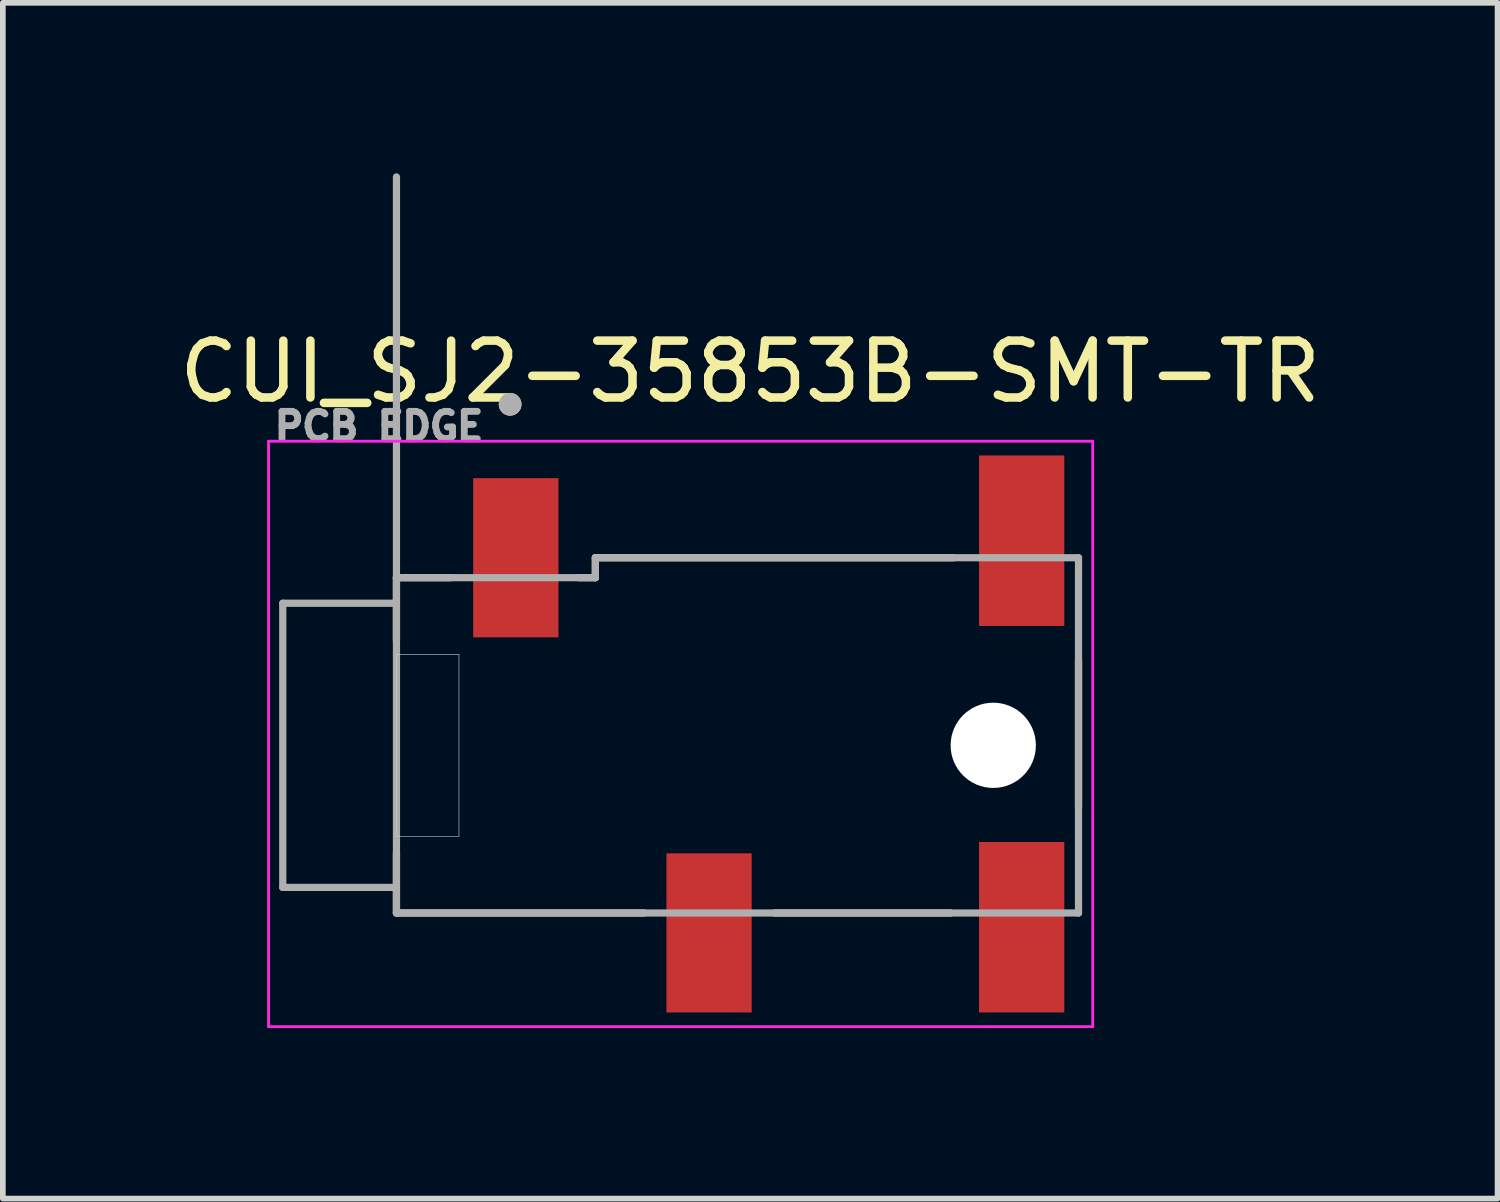
<source format=kicad_pcb>
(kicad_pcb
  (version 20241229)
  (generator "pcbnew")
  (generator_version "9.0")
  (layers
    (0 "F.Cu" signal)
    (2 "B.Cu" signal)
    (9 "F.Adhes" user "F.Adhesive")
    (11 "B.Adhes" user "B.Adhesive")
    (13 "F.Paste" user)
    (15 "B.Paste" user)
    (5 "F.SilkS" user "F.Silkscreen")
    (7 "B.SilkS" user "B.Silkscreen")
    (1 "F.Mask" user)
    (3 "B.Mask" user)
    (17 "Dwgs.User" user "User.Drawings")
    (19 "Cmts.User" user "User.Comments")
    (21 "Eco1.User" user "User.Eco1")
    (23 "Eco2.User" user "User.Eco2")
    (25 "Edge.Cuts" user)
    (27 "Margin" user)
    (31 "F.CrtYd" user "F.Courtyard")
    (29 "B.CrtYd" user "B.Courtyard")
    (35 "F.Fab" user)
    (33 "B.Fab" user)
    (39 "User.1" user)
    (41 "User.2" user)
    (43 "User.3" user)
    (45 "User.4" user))
  (footprint "CUI_SJ2-35853B-SMT-TR"
    (layer "F.Cu")
    (at 9.925 10.063)
    (property "Reference" "CUI_SJ2-35853B-SMT-TR" (at 0.224 -6.575 0) (layer "F.SilkS") (effects (font (size 1 1) (thickness 0.15))))
    (attr smd)
    (fp_line (start -6 -2.95) (end -5.05 -2.95) (stroke (width 0.127) (type solid)) (layer "F.SilkS"))
    (fp_line (start -6 -1.85) (end -6 -2.95) (stroke (width 0.127) (type solid)) (layer "F.SilkS"))
    (fp_line (start -6 2.95) (end -6 1.9) (stroke (width 0.127) (type solid)) (layer "F.SilkS"))
    (fp_line (start -6 2.95) (end -1.65 2.95) (stroke (width 0.127) (type solid)) (layer "F.SilkS"))
    (fp_line (start -2.8 -2.95) (end -2.5 -2.95) (stroke (width 0.127) (type solid)) (layer "F.SilkS"))
    (fp_line (start -2.5 -3.3) (end 3.8 -3.3) (stroke (width 0.127) (type solid)) (layer "F.SilkS"))
    (fp_line (start -2.5 -2.95) (end -2.5 -3.3) (stroke (width 0.127) (type solid)) (layer "F.SilkS"))
    (fp_line (start 0.65 2.95) (end 3.75 2.95) (stroke (width 0.127) (type solid)) (layer "F.SilkS"))
    (fp_line (start 6 1.1) (end 6 -1.5) (stroke (width 0.127) (type solid)) (layer "F.SilkS"))
    (fp_circle (center -4 -6) (end -3.9 -6) (stroke (width 0.2) (type solid)) (fill no) (layer "F.SilkS"))
    (fp_line (start -6 -1.6) (end -6 1.6) (stroke (width 0.01) (type solid)) (layer "Edge.Cuts"))
    (fp_line (start -6 1.6) (end -4.9 1.6) (stroke (width 0.01) (type solid)) (layer "Edge.Cuts"))
    (fp_line (start -4.9 -1.6) (end -6 -1.6) (stroke (width 0.01) (type solid)) (layer "Edge.Cuts"))
    (fp_line (start -4.9 1.6) (end -4.9 -1.6) (stroke (width 0.01) (type solid)) (layer "Edge.Cuts"))
    (fp_line (start -8.25 -5.35) (end -8.25 4.95) (stroke (width 0.05) (type solid)) (layer "F.CrtYd"))
    (fp_line (start -8.25 4.95) (end 6.25 4.95) (stroke (width 0.05) (type solid)) (layer "F.CrtYd"))
    (fp_line (start 6.25 -5.35) (end -8.25 -5.35) (stroke (width 0.05) (type solid)) (layer "F.CrtYd"))
    (fp_line (start 6.25 4.95) (end 6.25 -5.35) (stroke (width 0.05) (type solid)) (layer "F.CrtYd"))
    (fp_line (start -8 -2.5) (end -8 2.5) (stroke (width 0.127) (type solid)) (layer "F.Fab"))
    (fp_line (start -8 2.5) (end -6 2.5) (stroke (width 0.127) (type solid)) (layer "F.Fab"))
    (fp_line (start -6 -2.95) (end -6 -10) (stroke (width 0.127) (type solid)) (layer "F.Fab"))
    (fp_line (start -6 -2.95) (end -2.5 -2.95) (stroke (width 0.127) (type solid)) (layer "F.Fab"))
    (fp_line (start -6 -2.5) (end -8 -2.5) (stroke (width 0.127) (type solid)) (layer "F.Fab"))
    (fp_line (start -6 -2.5) (end -6 -2.95) (stroke (width 0.127) (type solid)) (layer "F.Fab"))
    (fp_line (start -6 2.5) (end -6 -2.5) (stroke (width 0.127) (type solid)) (layer "F.Fab"))
    (fp_line (start -6 2.95) (end -6 2.5) (stroke (width 0.127) (type solid)) (layer "F.Fab"))
    (fp_line (start -2.5 -3.3) (end 6 -3.3) (stroke (width 0.127) (type solid)) (layer "F.Fab"))
    (fp_line (start -2.5 -2.95) (end -2.5 -3.3) (stroke (width 0.127) (type solid)) (layer "F.Fab"))
    (fp_line (start 6 -3.3) (end 6 2.95) (stroke (width 0.127) (type solid)) (layer "F.Fab"))
    (fp_line (start 6 2.95) (end -6 2.95) (stroke (width 0.127) (type solid)) (layer "F.Fab"))
    (fp_circle (center -4 -6) (end -3.9 -6) (stroke (width 0.2) (type solid)) (fill no) (layer "F.Fab"))
    (fp_text user "PCB EDGE" (at -6.307 -5.611 0) (layer "F.Fab") (effects (font (size 0.481 0.481) (thickness 0.15))))
    (pad "" np_thru_hole circle (at 4.5 0) (size 1.5 1.5) (drill 1.5) (layers "*.Cu" "*.Mask"))
    (pad "1" smd rect (at -3.9 -3.3) (size 1.5 2.8) (layers "F.Cu" "F.Mask" "F.Paste"))
    (pad "2" smd rect (at 5 -3.6) (size 1.5 3) (layers "F.Cu" "F.Mask" "F.Paste"))
    (pad "3" smd rect (at -0.5 3.3) (size 1.5 2.8) (layers "F.Cu" "F.Mask" "F.Paste"))
    (pad "10" smd rect (at 5 3.2) (size 1.5 3) (layers "F.Cu" "F.Mask" "F.Paste")))
  (gr_rect
    (start -3 -3)
    (end 23.298 18.038)
    (stroke (width 0.1) (type default))
    (fill no)
    (layer "Edge.Cuts")))
</source>
